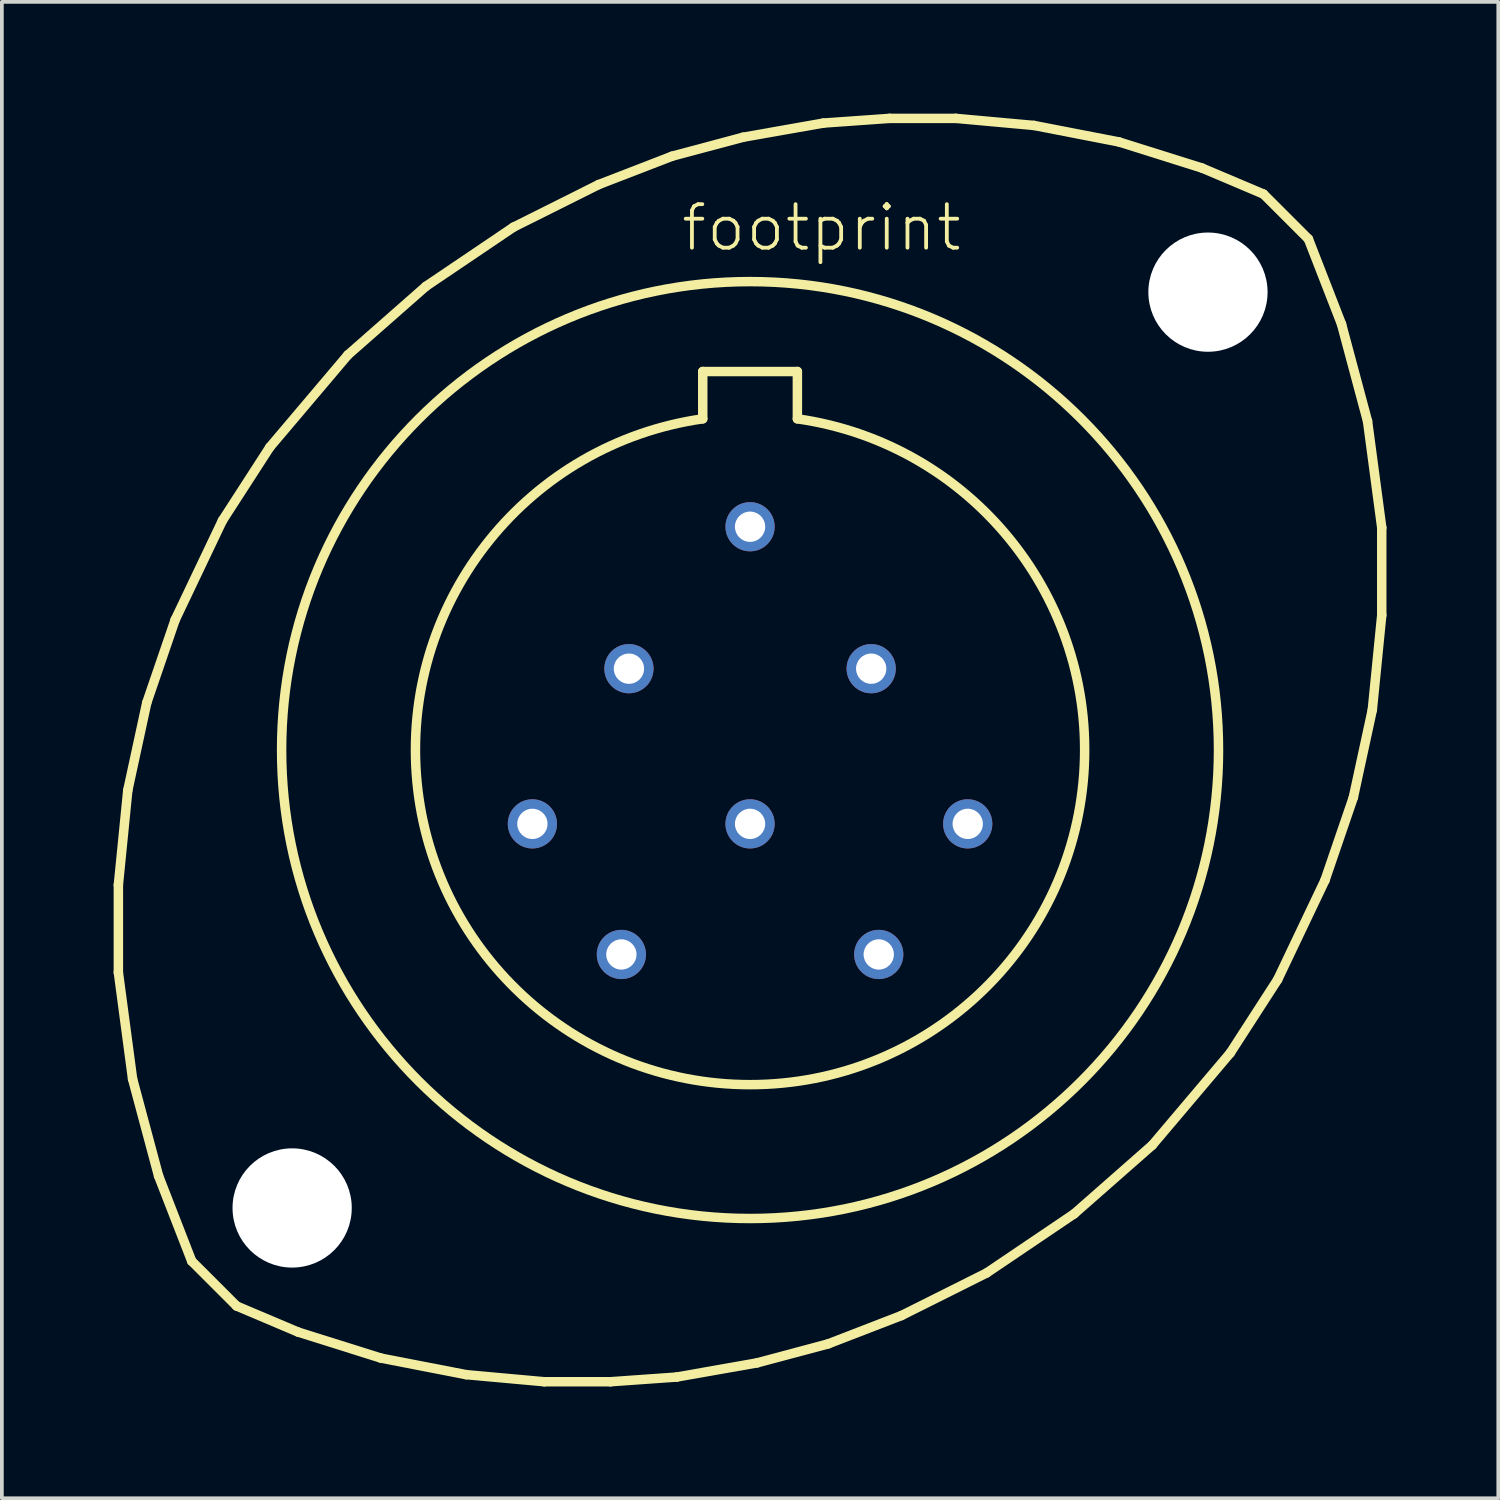
<source format=kicad_pcb>
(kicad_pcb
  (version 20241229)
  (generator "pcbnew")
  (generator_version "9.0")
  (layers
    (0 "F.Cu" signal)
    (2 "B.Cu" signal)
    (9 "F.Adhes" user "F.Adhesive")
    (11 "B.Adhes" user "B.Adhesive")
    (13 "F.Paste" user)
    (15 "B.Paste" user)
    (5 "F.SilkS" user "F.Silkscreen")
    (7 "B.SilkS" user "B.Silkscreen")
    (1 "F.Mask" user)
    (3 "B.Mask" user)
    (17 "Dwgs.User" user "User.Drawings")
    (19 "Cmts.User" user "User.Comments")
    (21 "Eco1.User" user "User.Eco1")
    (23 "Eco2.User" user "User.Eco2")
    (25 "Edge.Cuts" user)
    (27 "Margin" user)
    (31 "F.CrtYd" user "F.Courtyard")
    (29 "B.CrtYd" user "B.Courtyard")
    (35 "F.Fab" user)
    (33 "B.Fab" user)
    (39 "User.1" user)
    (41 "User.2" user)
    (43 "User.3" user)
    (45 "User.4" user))
  (footprint "footprint"
    (layer "F.Cu")
    (at 17.081 17.081)
    (property "Reference" "footprint" (at -1.905 -13.335 0) (layer "F.SilkS") (effects (font (size 1.168 1.168) (thickness 0.102)) (justify left bottom)))
    (fp_line (start -16.954 3.619) (end -16.701 1.079) (stroke (width 0.254) (type solid)) (layer "F.SilkS"))
    (fp_line (start -16.954 5.969) (end -16.954 3.619) (stroke (width 0.254) (type solid)) (layer "F.SilkS"))
    (fp_line (start -16.701 1.079) (end -16.192 -1.27) (stroke (width 0.254) (type solid)) (layer "F.SilkS"))
    (fp_line (start -16.573 8.826) (end -16.954 5.969) (stroke (width 0.254) (type solid)) (layer "F.SilkS"))
    (fp_line (start -16.192 -1.27) (end -15.431 -3.493) (stroke (width 0.254) (type solid)) (layer "F.SilkS"))
    (fp_line (start -15.875 11.43) (end -16.573 8.826) (stroke (width 0.254) (type solid)) (layer "F.SilkS"))
    (fp_line (start -15.431 -3.493) (end -14.161 -6.16) (stroke (width 0.254) (type solid)) (layer "F.SilkS"))
    (fp_line (start -14.986 13.716) (end -15.875 11.43) (stroke (width 0.254) (type solid)) (layer "F.SilkS"))
    (fp_line (start -14.986 13.716) (end -13.78 14.922) (stroke (width 0.254) (type solid)) (layer "F.SilkS"))
    (fp_line (start -14.161 -6.16) (end -12.89 -8.128) (stroke (width 0.254) (type solid)) (layer "F.SilkS"))
    (fp_line (start -12.89 -8.128) (end -10.795 -10.604) (stroke (width 0.254) (type solid)) (layer "F.SilkS"))
    (fp_line (start -12.129 15.621) (end -13.78 14.922) (stroke (width 0.254) (type solid)) (layer "F.SilkS"))
    (fp_line (start -10.795 -10.604) (end -8.7 -12.446) (stroke (width 0.254) (type solid)) (layer "F.SilkS"))
    (fp_line (start -9.906 16.32) (end -12.129 15.621) (stroke (width 0.254) (type solid)) (layer "F.SilkS"))
    (fp_line (start -8.7 -12.446) (end -6.35 -14.034) (stroke (width 0.254) (type solid)) (layer "F.SilkS"))
    (fp_line (start -7.62 16.764) (end -9.906 16.32) (stroke (width 0.254) (type solid)) (layer "F.SilkS"))
    (fp_line (start -6.35 -14.034) (end -4.064 -15.177) (stroke (width 0.254) (type solid)) (layer "F.SilkS"))
    (fp_line (start -5.524 16.954) (end -7.62 16.764) (stroke (width 0.254) (type solid)) (layer "F.SilkS"))
    (fp_line (start -4.064 -15.177) (end -2.095 -15.938) (stroke (width 0.254) (type solid)) (layer "F.SilkS"))
    (fp_line (start -3.747 16.954) (end -5.524 16.954) (stroke (width 0.254) (type solid)) (layer "F.SilkS"))
    (fp_line (start -2.095 -15.938) (end -0.191 -16.447) (stroke (width 0.254) (type solid)) (layer "F.SilkS"))
    (fp_line (start -1.968 16.828) (end -3.747 16.954) (stroke (width 0.254) (type solid)) (layer "F.SilkS"))
    (fp_line (start -1.27 -10.16) (end 1.27 -10.16) (stroke (width 0.254) (type solid)) (layer "F.SilkS"))
    (fp_line (start -1.27 -8.89) (end -1.27 -10.16) (stroke (width 0.254) (type solid)) (layer "F.SilkS"))
    (fp_line (start -0.191 -16.447) (end 1.968 -16.828) (stroke (width 0.254) (type solid)) (layer "F.SilkS"))
    (fp_line (start 0.191 16.447) (end -1.968 16.828) (stroke (width 0.254) (type solid)) (layer "F.SilkS"))
    (fp_line (start 1.27 -10.16) (end 1.27 -8.89) (stroke (width 0.254) (type solid)) (layer "F.SilkS"))
    (fp_line (start 1.968 -16.828) (end 3.747 -16.954) (stroke (width 0.254) (type solid)) (layer "F.SilkS"))
    (fp_line (start 2.095 15.938) (end 0.191 16.447) (stroke (width 0.254) (type solid)) (layer "F.SilkS"))
    (fp_line (start 3.747 -16.954) (end 5.524 -16.954) (stroke (width 0.254) (type solid)) (layer "F.SilkS"))
    (fp_line (start 4.064 15.177) (end 2.095 15.938) (stroke (width 0.254) (type solid)) (layer "F.SilkS"))
    (fp_line (start 5.524 -16.954) (end 7.62 -16.764) (stroke (width 0.254) (type solid)) (layer "F.SilkS"))
    (fp_line (start 6.35 14.034) (end 4.064 15.177) (stroke (width 0.254) (type solid)) (layer "F.SilkS"))
    (fp_line (start 7.62 -16.764) (end 9.906 -16.32) (stroke (width 0.254) (type solid)) (layer "F.SilkS"))
    (fp_line (start 8.7 12.446) (end 6.35 14.034) (stroke (width 0.254) (type solid)) (layer "F.SilkS"))
    (fp_line (start 9.906 -16.32) (end 12.129 -15.621) (stroke (width 0.254) (type solid)) (layer "F.SilkS"))
    (fp_line (start 10.795 10.604) (end 8.7 12.446) (stroke (width 0.254) (type solid)) (layer "F.SilkS"))
    (fp_line (start 12.129 -15.621) (end 13.78 -14.922) (stroke (width 0.254) (type solid)) (layer "F.SilkS"))
    (fp_line (start 12.89 8.128) (end 10.795 10.604) (stroke (width 0.254) (type solid)) (layer "F.SilkS"))
    (fp_line (start 13.78 -14.922) (end 14.986 -13.716) (stroke (width 0.254) (type solid)) (layer "F.SilkS"))
    (fp_line (start 14.161 6.16) (end 12.89 8.128) (stroke (width 0.254) (type solid)) (layer "F.SilkS"))
    (fp_line (start 14.986 -13.716) (end 15.875 -11.43) (stroke (width 0.254) (type solid)) (layer "F.SilkS"))
    (fp_line (start 15.431 3.493) (end 14.161 6.16) (stroke (width 0.254) (type solid)) (layer "F.SilkS"))
    (fp_line (start 15.875 -11.43) (end 16.573 -8.826) (stroke (width 0.254) (type solid)) (layer "F.SilkS"))
    (fp_line (start 16.192 1.27) (end 15.431 3.493) (stroke (width 0.254) (type solid)) (layer "F.SilkS"))
    (fp_line (start 16.573 -8.826) (end 16.954 -5.969) (stroke (width 0.254) (type solid)) (layer "F.SilkS"))
    (fp_line (start 16.701 -1.079) (end 16.192 1.27) (stroke (width 0.254) (type solid)) (layer "F.SilkS"))
    (fp_line (start 16.954 -5.969) (end 16.954 -3.619) (stroke (width 0.254) (type solid)) (layer "F.SilkS"))
    (fp_line (start 16.954 -3.619) (end 16.701 -1.079) (stroke (width 0.254) (type solid)) (layer "F.SilkS"))
    (fp_arc (start 1.27 -8.89) (mid 0 8.980256) (end -1.27 -8.89) (stroke (width 0.254) (type solid)) (layer "F.SilkS"))
    (fp_circle (center 0 0) (end 12.573 0) (stroke (width 0.254) (type solid)) (fill no) (layer "F.SilkS"))
    (pad "" np_thru_hole circle (at -12.29 12.29) (size 3.2 3.2) (drill 3.2) (layers "*.Cu" "*.Mask"))
    (pad "" np_thru_hole circle (at 12.29 -12.29) (size 3.2 3.2) (drill 3.2) (layers "*.Cu" "*.Mask"))
    (pad "A" thru_hole circle (at 0 -5.994) (size 1.321 1.321) (drill 0.813) (layers "*.Cu" "*.Mask"))
    (pad "B" thru_hole circle (at 3.251 -2.184) (size 1.321 1.321) (drill 0.813) (layers "*.Cu" "*.Mask"))
    (pad "C" thru_hole circle (at 5.842 1.981) (size 1.321 1.321) (drill 0.813) (layers "*.Cu" "*.Mask"))
    (pad "D" thru_hole circle (at 3.454 5.486) (size 1.321 1.321) (drill 0.813) (layers "*.Cu" "*.Mask"))
    (pad "E" thru_hole circle (at -3.454 5.486) (size 1.321 1.321) (drill 0.813) (layers "*.Cu" "*.Mask"))
    (pad "F" thru_hole circle (at -5.842 1.981) (size 1.321 1.321) (drill 0.813) (layers "*.Cu" "*.Mask"))
    (pad "G" thru_hole circle (at -3.251 -2.184) (size 1.321 1.321) (drill 0.813) (layers "*.Cu" "*.Mask"))
    (pad "H" thru_hole circle (at 0 1.981) (size 1.321 1.321) (drill 0.813) (layers "*.Cu" "*.Mask")))
  (gr_rect
    (start -3 -3)
    (end 37.163 37.163)
    (stroke (width 0.1) (type default))
    (fill no)
    (layer "Edge.Cuts")))
</source>
